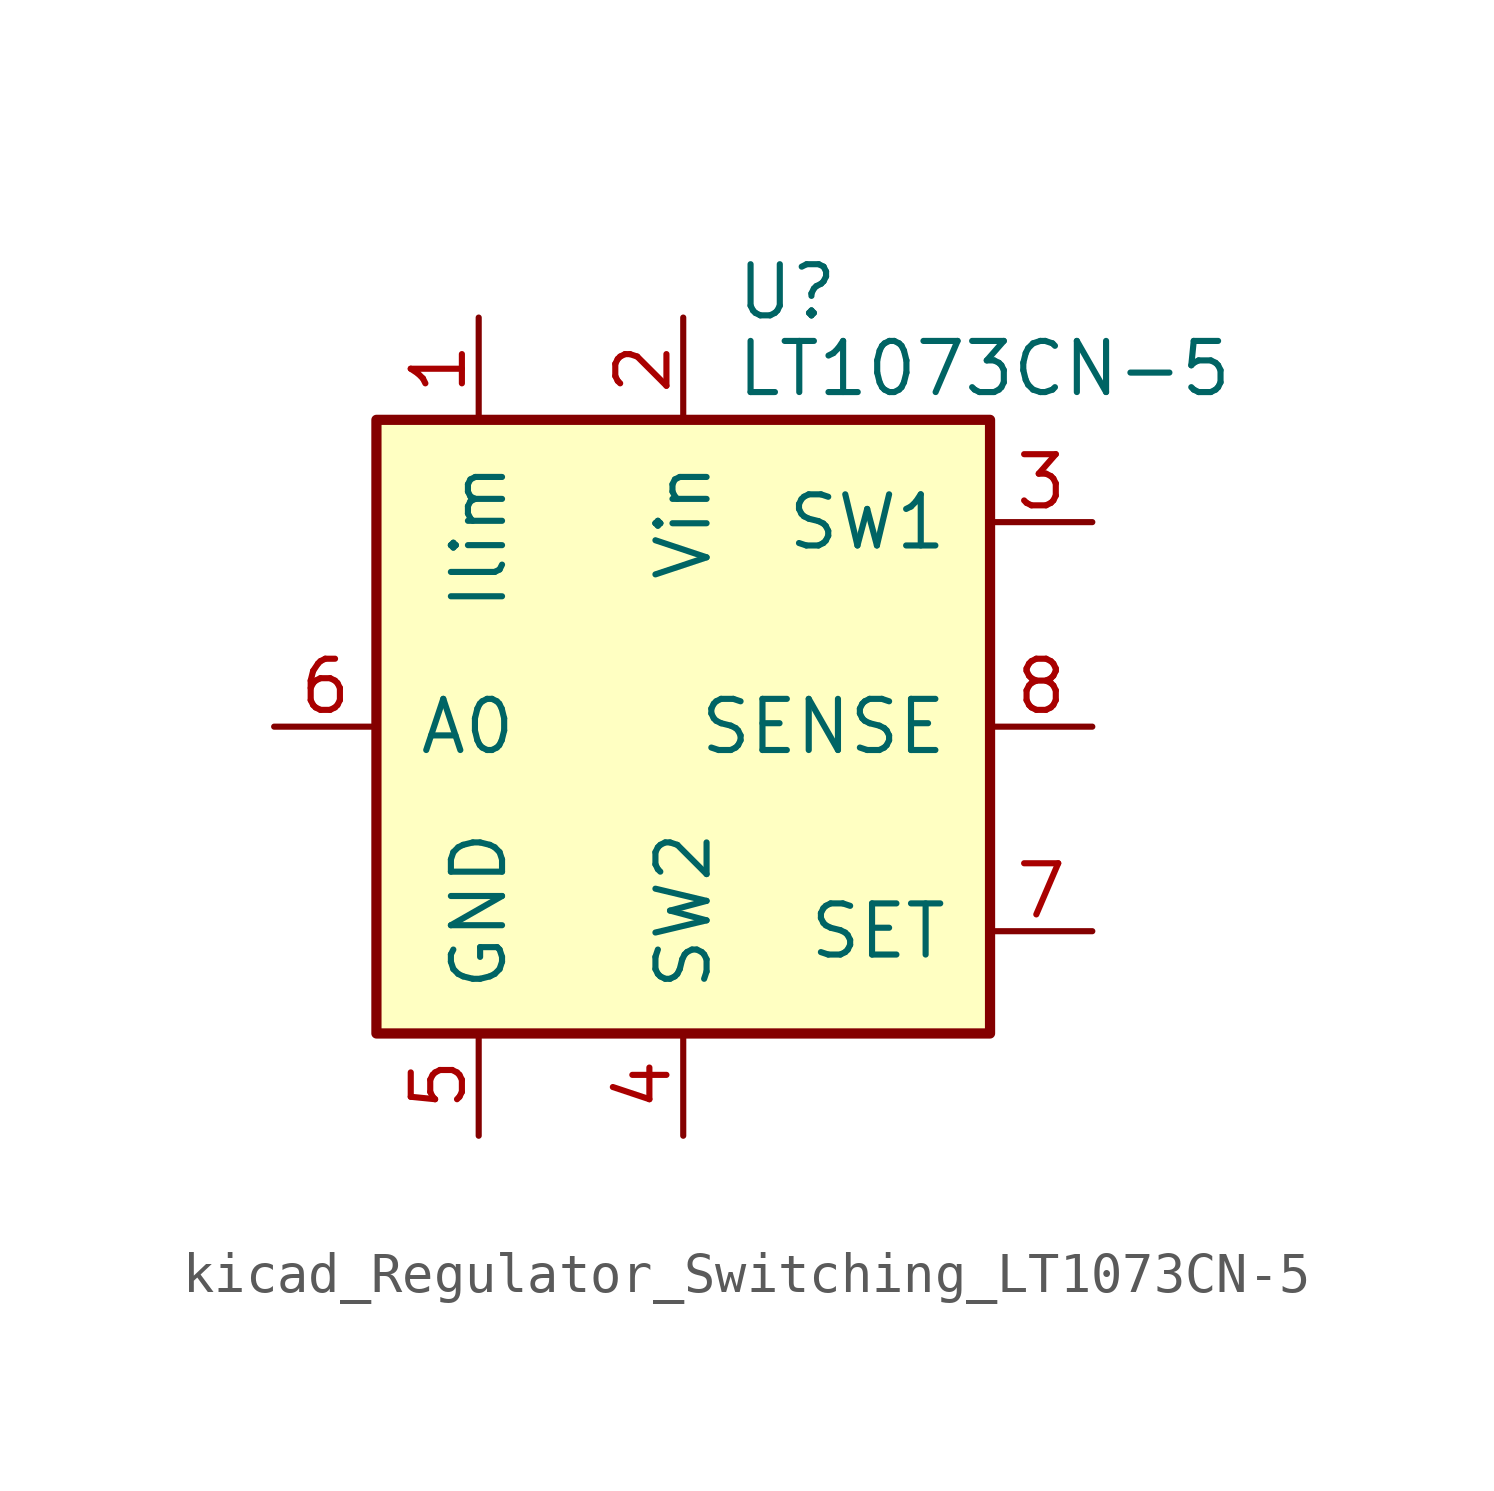
<source format=kicad_sym>
(kicad_symbol_lib
  (version 20220914)
  (generator kicad_symbol_editor)
  (symbol "kicad_Regulator_Switching_LT1073CN-5"
    (pin_names
      (offset 1.016))
    (property "Reference" "U"
      (at 1.27 10.795 0)
      (effects (font (size 1.27 1.27)) (justify left)))
    (property "Value" "LT1073CN-5"
      (at 1.27 8.89 0)
      (effects (font (size 1.27 1.27)) (justify left)))
    (symbol "kicad_Regulator_Switching_LT1073CN-5_0_1"
      (rectangle (start -7.62 7.62) (end 7.62 -7.62) (stroke (width 0.254) (type default)) (fill (type background))))
    (symbol "kicad_Regulator_Switching_LT1073CN-5_1_1"
      (pin input line (at -5.08 10.16 270) (length 2.54) (name "Ilim" (effects (font (size 1.27 1.27)))) (number "1" (effects (font (size 1.27 1.27)))))
      (pin power_in line (at 0 10.16 270) (length 2.54) (name "Vin" (effects (font (size 1.27 1.27)))) (number "2" (effects (font (size 1.27 1.27)))))
      (pin input line (at 10.16 5.08 180) (length 2.54) (name "SW1" (effects (font (size 1.27 1.27)))) (number "3" (effects (font (size 1.27 1.27)))))
      (pin input line (at 0 -10.16 90) (length 2.54) (name "SW2" (effects (font (size 1.27 1.27)))) (number "4" (effects (font (size 1.27 1.27)))))
      (pin power_in line (at -5.08 -10.16 90) (length 2.54) (name "GND" (effects (font (size 1.27 1.27)))) (number "5" (effects (font (size 1.27 1.27)))))
      (pin output line (at -10.16 0 0) (length 2.54) (name "A0" (effects (font (size 1.27 1.27)))) (number "6" (effects (font (size 1.27 1.27)))))
      (pin input line (at 10.16 -5.08 180) (length 2.54) (name "SET" (effects (font (size 1.27 1.27)))) (number "7" (effects (font (size 1.27 1.27)))))
      (pin input line (at 10.16 0 180) (length 2.54) (name "SENSE" (effects (font (size 1.27 1.27)))) (number "8" (effects (font (size 1.27 1.27))))))))
</source>
